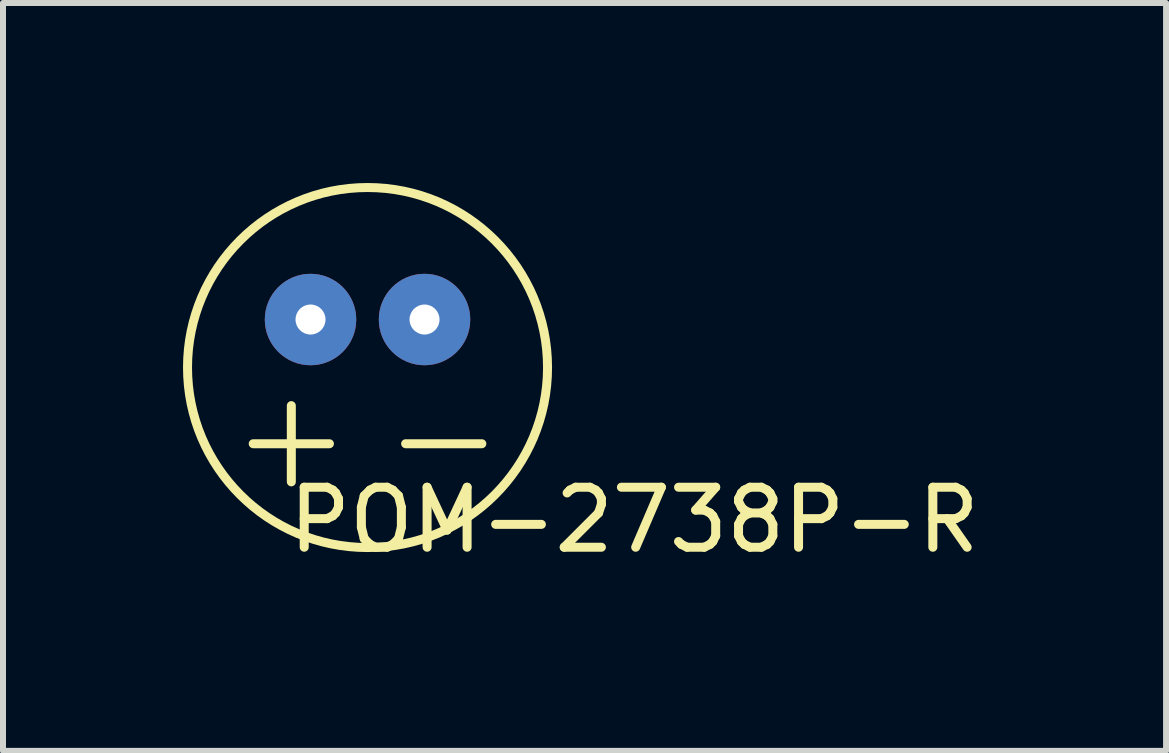
<source format=kicad_pcb>
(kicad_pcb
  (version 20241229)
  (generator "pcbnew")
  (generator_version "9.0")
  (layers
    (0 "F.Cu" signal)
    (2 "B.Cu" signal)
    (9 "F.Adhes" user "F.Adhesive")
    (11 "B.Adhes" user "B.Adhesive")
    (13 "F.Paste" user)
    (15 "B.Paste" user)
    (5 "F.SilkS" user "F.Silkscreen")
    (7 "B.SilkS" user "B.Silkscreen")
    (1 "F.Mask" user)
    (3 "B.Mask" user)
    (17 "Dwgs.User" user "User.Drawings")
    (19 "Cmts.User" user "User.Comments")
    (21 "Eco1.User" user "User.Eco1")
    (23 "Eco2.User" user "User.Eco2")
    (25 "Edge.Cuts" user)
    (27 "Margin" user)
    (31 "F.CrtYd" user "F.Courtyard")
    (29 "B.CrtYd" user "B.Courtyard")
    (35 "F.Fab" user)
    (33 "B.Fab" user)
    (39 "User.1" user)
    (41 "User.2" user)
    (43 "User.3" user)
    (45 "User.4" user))
  (footprint "POM-2738P-R"
    (layer "F.Cu")
    (at 3.075 3.075)
    (property "Reference" "POM-2738P-R" (at 4.445 2.54 0) (layer "F.SilkS") (effects (font (size 1 1) (thickness 0.15))))
    (attr through_hole)
    (fp_line (start -1.905 1.27) (end -0.635 1.27) (stroke (width 0.15) (type solid)) (layer "F.SilkS"))
    (fp_line (start -1.27 0.635) (end -1.27 1.905) (stroke (width 0.15) (type solid)) (layer "F.SilkS"))
    (fp_line (start 0.635 1.27) (end 1.905 1.27) (stroke (width 0.15) (type solid)) (layer "F.SilkS"))
    (fp_circle (center 0 0) (end 3 0) (stroke (width 0.15) (type solid)) (fill no) (layer "F.SilkS"))
    (pad "1" thru_hole circle (at -0.95 -0.8) (size 1.524 1.524) (drill 0.5) (layers "*.Cu" "*.Mask"))
    (pad "2" thru_hole circle (at 0.95 -0.8) (size 1.524 1.524) (drill 0.5) (layers "*.Cu" "*.Mask")))
  (gr_rect
    (start -3 -3)
    (end 16.383 9.463)
    (stroke (width 0.1) (type default))
    (fill no)
    (layer "Edge.Cuts")))
</source>
